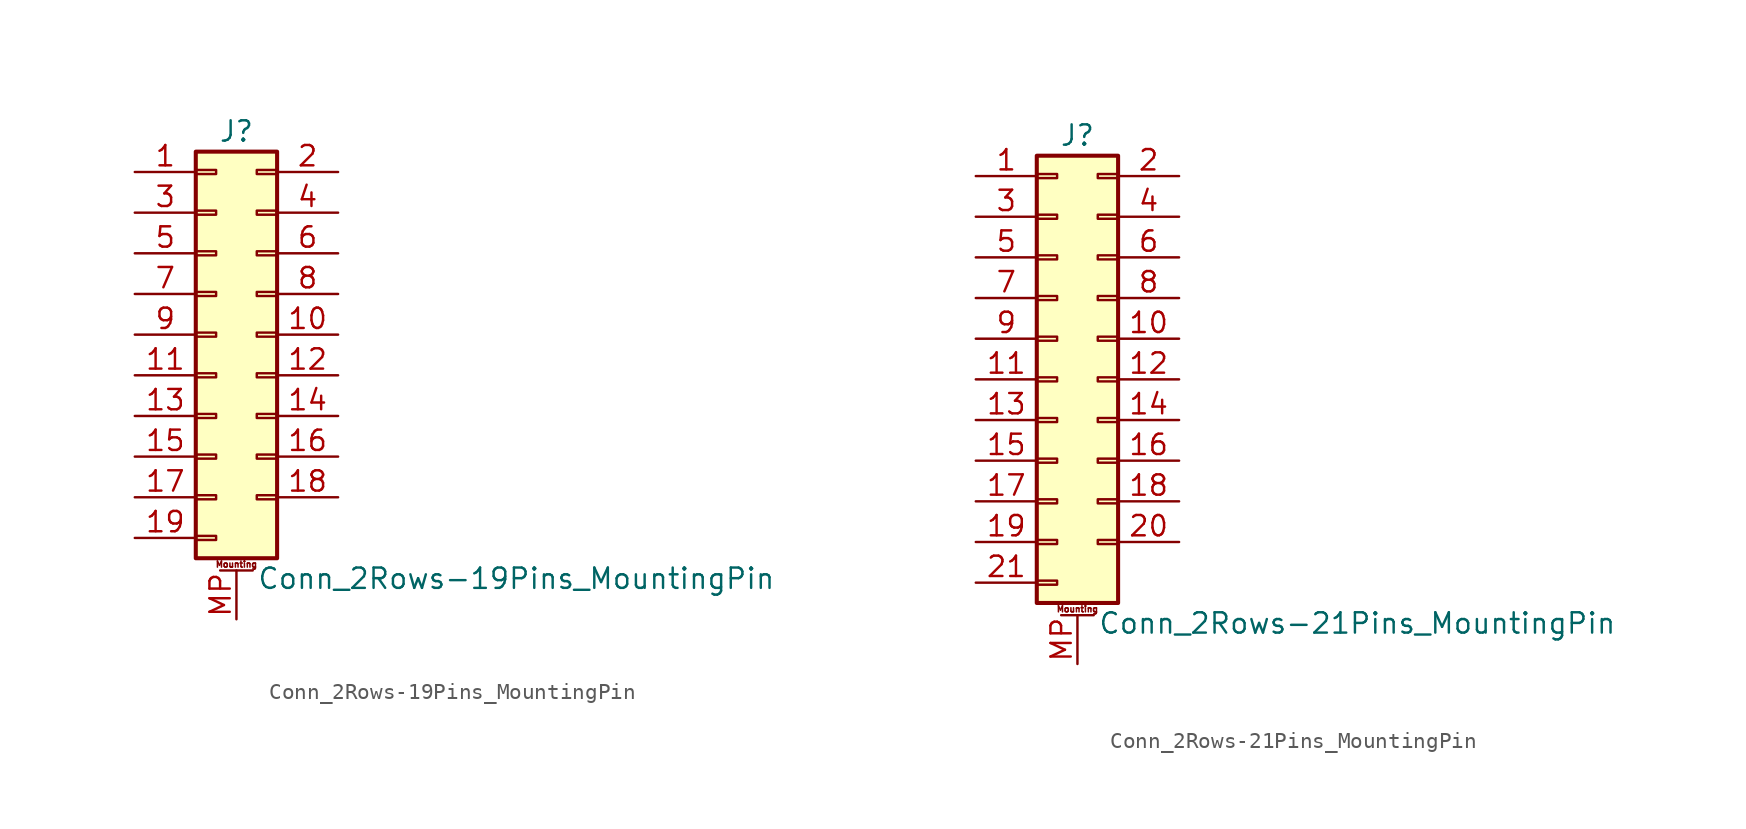
<source format=kicad_sym>
(kicad_symbol_lib
  (version 20220914)
  (generator kicad_symbol_editor)
  (symbol "Conn_2Rows-19Pins_MountingPin"
    (pin_names
      (offset 1.016) hide)
    (property "Reference" "J"
      (at 1.27 12.7 0)
      (effects (font (size 1.27 1.27))))
    (property "Value" "Conn_2Rows-19Pins_MountingPin"
      (at 2.54 -15.24 0)
      (effects (font (size 1.27 1.27)) (justify left)))
    (symbol "Conn_2Rows-19Pins_MountingPin_1_1"
      (rectangle (start -1.27 -12.573) (end 0 -12.827) (stroke (width 0.152) (type default)) (fill (type none)))
      (rectangle (start -1.27 -10.033) (end 0 -10.287) (stroke (width 0.152) (type default)) (fill (type none)))
      (rectangle (start -1.27 -7.493) (end 0 -7.747) (stroke (width 0.152) (type default)) (fill (type none)))
      (rectangle (start -1.27 -4.953) (end 0 -5.207) (stroke (width 0.152) (type default)) (fill (type none)))
      (rectangle (start -1.27 -2.413) (end 0 -2.667) (stroke (width 0.152) (type default)) (fill (type none)))
      (rectangle (start -1.27 0.127) (end 0 -0.127) (stroke (width 0.152) (type default)) (fill (type none)))
      (rectangle (start -1.27 2.667) (end 0 2.413) (stroke (width 0.152) (type default)) (fill (type none)))
      (rectangle (start -1.27 5.207) (end 0 4.953) (stroke (width 0.152) (type default)) (fill (type none)))
      (rectangle (start -1.27 7.747) (end 0 7.493) (stroke (width 0.152) (type default)) (fill (type none)))
      (rectangle (start -1.27 10.287) (end 0 10.033) (stroke (width 0.152) (type default)) (fill (type none)))
      (rectangle (start -1.27 11.43) (end 3.81 -13.97) (stroke (width 0.254) (type default)) (fill (type background)))
      (polyline (pts (xy 0.254 -14.732) (xy 2.286 -14.732)) (stroke (width 0.152) (type default)) (fill (type none)))
      (rectangle (start 3.81 -10.033) (end 2.54 -10.287) (stroke (width 0.152) (type default)) (fill (type none)))
      (rectangle (start 3.81 -7.493) (end 2.54 -7.747) (stroke (width 0.152) (type default)) (fill (type none)))
      (rectangle (start 3.81 -4.953) (end 2.54 -5.207) (stroke (width 0.152) (type default)) (fill (type none)))
      (rectangle (start 3.81 -2.413) (end 2.54 -2.667) (stroke (width 0.152) (type default)) (fill (type none)))
      (rectangle (start 3.81 0.127) (end 2.54 -0.127) (stroke (width 0.152) (type default)) (fill (type none)))
      (rectangle (start 3.81 2.667) (end 2.54 2.413) (stroke (width 0.152) (type default)) (fill (type none)))
      (rectangle (start 3.81 5.207) (end 2.54 4.953) (stroke (width 0.152) (type default)) (fill (type none)))
      (rectangle (start 3.81 7.747) (end 2.54 7.493) (stroke (width 0.152) (type default)) (fill (type none)))
      (rectangle (start 3.81 10.287) (end 2.54 10.033) (stroke (width 0.152) (type default)) (fill (type none)))
      (text "Mounting" (at 1.27 -14.351 0) (effects (font (size 0.381 0.381))))
      (pin passive line (at -5.08 10.16 0) (length 3.81) (name "Pin_1" (effects (font (size 1.27 1.27)))) (number "1" (effects (font (size 1.27 1.27)))))
      (pin passive line (at 7.62 0 180) (length 3.81) (name "Pin_10" (effects (font (size 1.27 1.27)))) (number "10" (effects (font (size 1.27 1.27)))))
      (pin passive line (at -5.08 -2.54 0) (length 3.81) (name "Pin_11" (effects (font (size 1.27 1.27)))) (number "11" (effects (font (size 1.27 1.27)))))
      (pin passive line (at 7.62 -2.54 180) (length 3.81) (name "Pin_12" (effects (font (size 1.27 1.27)))) (number "12" (effects (font (size 1.27 1.27)))))
      (pin passive line (at -5.08 -5.08 0) (length 3.81) (name "Pin_13" (effects (font (size 1.27 1.27)))) (number "13" (effects (font (size 1.27 1.27)))))
      (pin passive line (at 7.62 -5.08 180) (length 3.81) (name "Pin_14" (effects (font (size 1.27 1.27)))) (number "14" (effects (font (size 1.27 1.27)))))
      (pin passive line (at -5.08 -7.62 0) (length 3.81) (name "Pin_15" (effects (font (size 1.27 1.27)))) (number "15" (effects (font (size 1.27 1.27)))))
      (pin passive line (at 7.62 -7.62 180) (length 3.81) (name "Pin_16" (effects (font (size 1.27 1.27)))) (number "16" (effects (font (size 1.27 1.27)))))
      (pin passive line (at -5.08 -10.16 0) (length 3.81) (name "Pin_17" (effects (font (size 1.27 1.27)))) (number "17" (effects (font (size 1.27 1.27)))))
      (pin passive line (at 7.62 -10.16 180) (length 3.81) (name "Pin_18" (effects (font (size 1.27 1.27)))) (number "18" (effects (font (size 1.27 1.27)))))
      (pin passive line (at -5.08 -12.7 0) (length 3.81) (name "Pin_19" (effects (font (size 1.27 1.27)))) (number "19" (effects (font (size 1.27 1.27)))))
      (pin passive line (at 7.62 10.16 180) (length 3.81) (name "Pin_2" (effects (font (size 1.27 1.27)))) (number "2" (effects (font (size 1.27 1.27)))))
      (pin passive line (at -5.08 7.62 0) (length 3.81) (name "Pin_3" (effects (font (size 1.27 1.27)))) (number "3" (effects (font (size 1.27 1.27)))))
      (pin passive line (at 7.62 7.62 180) (length 3.81) (name "Pin_4" (effects (font (size 1.27 1.27)))) (number "4" (effects (font (size 1.27 1.27)))))
      (pin passive line (at -5.08 5.08 0) (length 3.81) (name "Pin_5" (effects (font (size 1.27 1.27)))) (number "5" (effects (font (size 1.27 1.27)))))
      (pin passive line (at 7.62 5.08 180) (length 3.81) (name "Pin_6" (effects (font (size 1.27 1.27)))) (number "6" (effects (font (size 1.27 1.27)))))
      (pin passive line (at -5.08 2.54 0) (length 3.81) (name "Pin_7" (effects (font (size 1.27 1.27)))) (number "7" (effects (font (size 1.27 1.27)))))
      (pin passive line (at 7.62 2.54 180) (length 3.81) (name "Pin_8" (effects (font (size 1.27 1.27)))) (number "8" (effects (font (size 1.27 1.27)))))
      (pin passive line (at -5.08 0 0) (length 3.81) (name "Pin_9" (effects (font (size 1.27 1.27)))) (number "9" (effects (font (size 1.27 1.27)))))
      (pin passive line (at 1.27 -17.78 90) (length 3.048) (name "MountPin" (effects (font (size 1.27 1.27)))) (number "MP" (effects (font (size 1.27 1.27)))))))
  (symbol "Conn_2Rows-21Pins_MountingPin"
    (pin_names
      (offset 1.016) hide)
    (property "Reference" "J"
      (at 1.27 15.24 0)
      (effects (font (size 1.27 1.27))))
    (property "Value" "Conn_2Rows-21Pins_MountingPin"
      (at 2.54 -15.24 0)
      (effects (font (size 1.27 1.27)) (justify left)))
    (symbol "Conn_2Rows-21Pins_MountingPin_1_1"
      (rectangle (start -1.27 -12.573) (end 0 -12.827) (stroke (width 0.152) (type default)) (fill (type none)))
      (rectangle (start -1.27 -10.033) (end 0 -10.287) (stroke (width 0.152) (type default)) (fill (type none)))
      (rectangle (start -1.27 -7.493) (end 0 -7.747) (stroke (width 0.152) (type default)) (fill (type none)))
      (rectangle (start -1.27 -4.953) (end 0 -5.207) (stroke (width 0.152) (type default)) (fill (type none)))
      (rectangle (start -1.27 -2.413) (end 0 -2.667) (stroke (width 0.152) (type default)) (fill (type none)))
      (rectangle (start -1.27 0.127) (end 0 -0.127) (stroke (width 0.152) (type default)) (fill (type none)))
      (rectangle (start -1.27 2.667) (end 0 2.413) (stroke (width 0.152) (type default)) (fill (type none)))
      (rectangle (start -1.27 5.207) (end 0 4.953) (stroke (width 0.152) (type default)) (fill (type none)))
      (rectangle (start -1.27 7.747) (end 0 7.493) (stroke (width 0.152) (type default)) (fill (type none)))
      (rectangle (start -1.27 10.287) (end 0 10.033) (stroke (width 0.152) (type default)) (fill (type none)))
      (rectangle (start -1.27 12.827) (end 0 12.573) (stroke (width 0.152) (type default)) (fill (type none)))
      (rectangle (start -1.27 13.97) (end 3.81 -13.97) (stroke (width 0.254) (type default)) (fill (type background)))
      (polyline (pts (xy 0.254 -14.732) (xy 2.286 -14.732)) (stroke (width 0.152) (type default)) (fill (type none)))
      (rectangle (start 3.81 -10.033) (end 2.54 -10.287) (stroke (width 0.152) (type default)) (fill (type none)))
      (rectangle (start 3.81 -7.493) (end 2.54 -7.747) (stroke (width 0.152) (type default)) (fill (type none)))
      (rectangle (start 3.81 -4.953) (end 2.54 -5.207) (stroke (width 0.152) (type default)) (fill (type none)))
      (rectangle (start 3.81 -2.413) (end 2.54 -2.667) (stroke (width 0.152) (type default)) (fill (type none)))
      (rectangle (start 3.81 0.127) (end 2.54 -0.127) (stroke (width 0.152) (type default)) (fill (type none)))
      (rectangle (start 3.81 2.667) (end 2.54 2.413) (stroke (width 0.152) (type default)) (fill (type none)))
      (rectangle (start 3.81 5.207) (end 2.54 4.953) (stroke (width 0.152) (type default)) (fill (type none)))
      (rectangle (start 3.81 7.747) (end 2.54 7.493) (stroke (width 0.152) (type default)) (fill (type none)))
      (rectangle (start 3.81 10.287) (end 2.54 10.033) (stroke (width 0.152) (type default)) (fill (type none)))
      (rectangle (start 3.81 12.827) (end 2.54 12.573) (stroke (width 0.152) (type default)) (fill (type none)))
      (text "Mounting" (at 1.27 -14.351 0) (effects (font (size 0.381 0.381))))
      (pin passive line (at -5.08 12.7 0) (length 3.81) (name "Pin_1" (effects (font (size 1.27 1.27)))) (number "1" (effects (font (size 1.27 1.27)))))
      (pin passive line (at 7.62 2.54 180) (length 3.81) (name "Pin_10" (effects (font (size 1.27 1.27)))) (number "10" (effects (font (size 1.27 1.27)))))
      (pin passive line (at -5.08 0 0) (length 3.81) (name "Pin_11" (effects (font (size 1.27 1.27)))) (number "11" (effects (font (size 1.27 1.27)))))
      (pin passive line (at 7.62 0 180) (length 3.81) (name "Pin_12" (effects (font (size 1.27 1.27)))) (number "12" (effects (font (size 1.27 1.27)))))
      (pin passive line (at -5.08 -2.54 0) (length 3.81) (name "Pin_13" (effects (font (size 1.27 1.27)))) (number "13" (effects (font (size 1.27 1.27)))))
      (pin passive line (at 7.62 -2.54 180) (length 3.81) (name "Pin_14" (effects (font (size 1.27 1.27)))) (number "14" (effects (font (size 1.27 1.27)))))
      (pin passive line (at -5.08 -5.08 0) (length 3.81) (name "Pin_15" (effects (font (size 1.27 1.27)))) (number "15" (effects (font (size 1.27 1.27)))))
      (pin passive line (at 7.62 -5.08 180) (length 3.81) (name "Pin_16" (effects (font (size 1.27 1.27)))) (number "16" (effects (font (size 1.27 1.27)))))
      (pin passive line (at -5.08 -7.62 0) (length 3.81) (name "Pin_17" (effects (font (size 1.27 1.27)))) (number "17" (effects (font (size 1.27 1.27)))))
      (pin passive line (at 7.62 -7.62 180) (length 3.81) (name "Pin_18" (effects (font (size 1.27 1.27)))) (number "18" (effects (font (size 1.27 1.27)))))
      (pin passive line (at -5.08 -10.16 0) (length 3.81) (name "Pin_19" (effects (font (size 1.27 1.27)))) (number "19" (effects (font (size 1.27 1.27)))))
      (pin passive line (at 7.62 12.7 180) (length 3.81) (name "Pin_2" (effects (font (size 1.27 1.27)))) (number "2" (effects (font (size 1.27 1.27)))))
      (pin passive line (at 7.62 -10.16 180) (length 3.81) (name "Pin_20" (effects (font (size 1.27 1.27)))) (number "20" (effects (font (size 1.27 1.27)))))
      (pin passive line (at -5.08 -12.7 0) (length 3.81) (name "Pin_21" (effects (font (size 1.27 1.27)))) (number "21" (effects (font (size 1.27 1.27)))))
      (pin passive line (at -5.08 10.16 0) (length 3.81) (name "Pin_3" (effects (font (size 1.27 1.27)))) (number "3" (effects (font (size 1.27 1.27)))))
      (pin passive line (at 7.62 10.16 180) (length 3.81) (name "Pin_4" (effects (font (size 1.27 1.27)))) (number "4" (effects (font (size 1.27 1.27)))))
      (pin passive line (at -5.08 7.62 0) (length 3.81) (name "Pin_5" (effects (font (size 1.27 1.27)))) (number "5" (effects (font (size 1.27 1.27)))))
      (pin passive line (at 7.62 7.62 180) (length 3.81) (name "Pin_6" (effects (font (size 1.27 1.27)))) (number "6" (effects (font (size 1.27 1.27)))))
      (pin passive line (at -5.08 5.08 0) (length 3.81) (name "Pin_7" (effects (font (size 1.27 1.27)))) (number "7" (effects (font (size 1.27 1.27)))))
      (pin passive line (at 7.62 5.08 180) (length 3.81) (name "Pin_8" (effects (font (size 1.27 1.27)))) (number "8" (effects (font (size 1.27 1.27)))))
      (pin passive line (at -5.08 2.54 0) (length 3.81) (name "Pin_9" (effects (font (size 1.27 1.27)))) (number "9" (effects (font (size 1.27 1.27)))))
      (pin passive line (at 1.27 -17.78 90) (length 3.048) (name "MountPin" (effects (font (size 1.27 1.27)))) (number "MP" (effects (font (size 1.27 1.27))))))))
</source>
